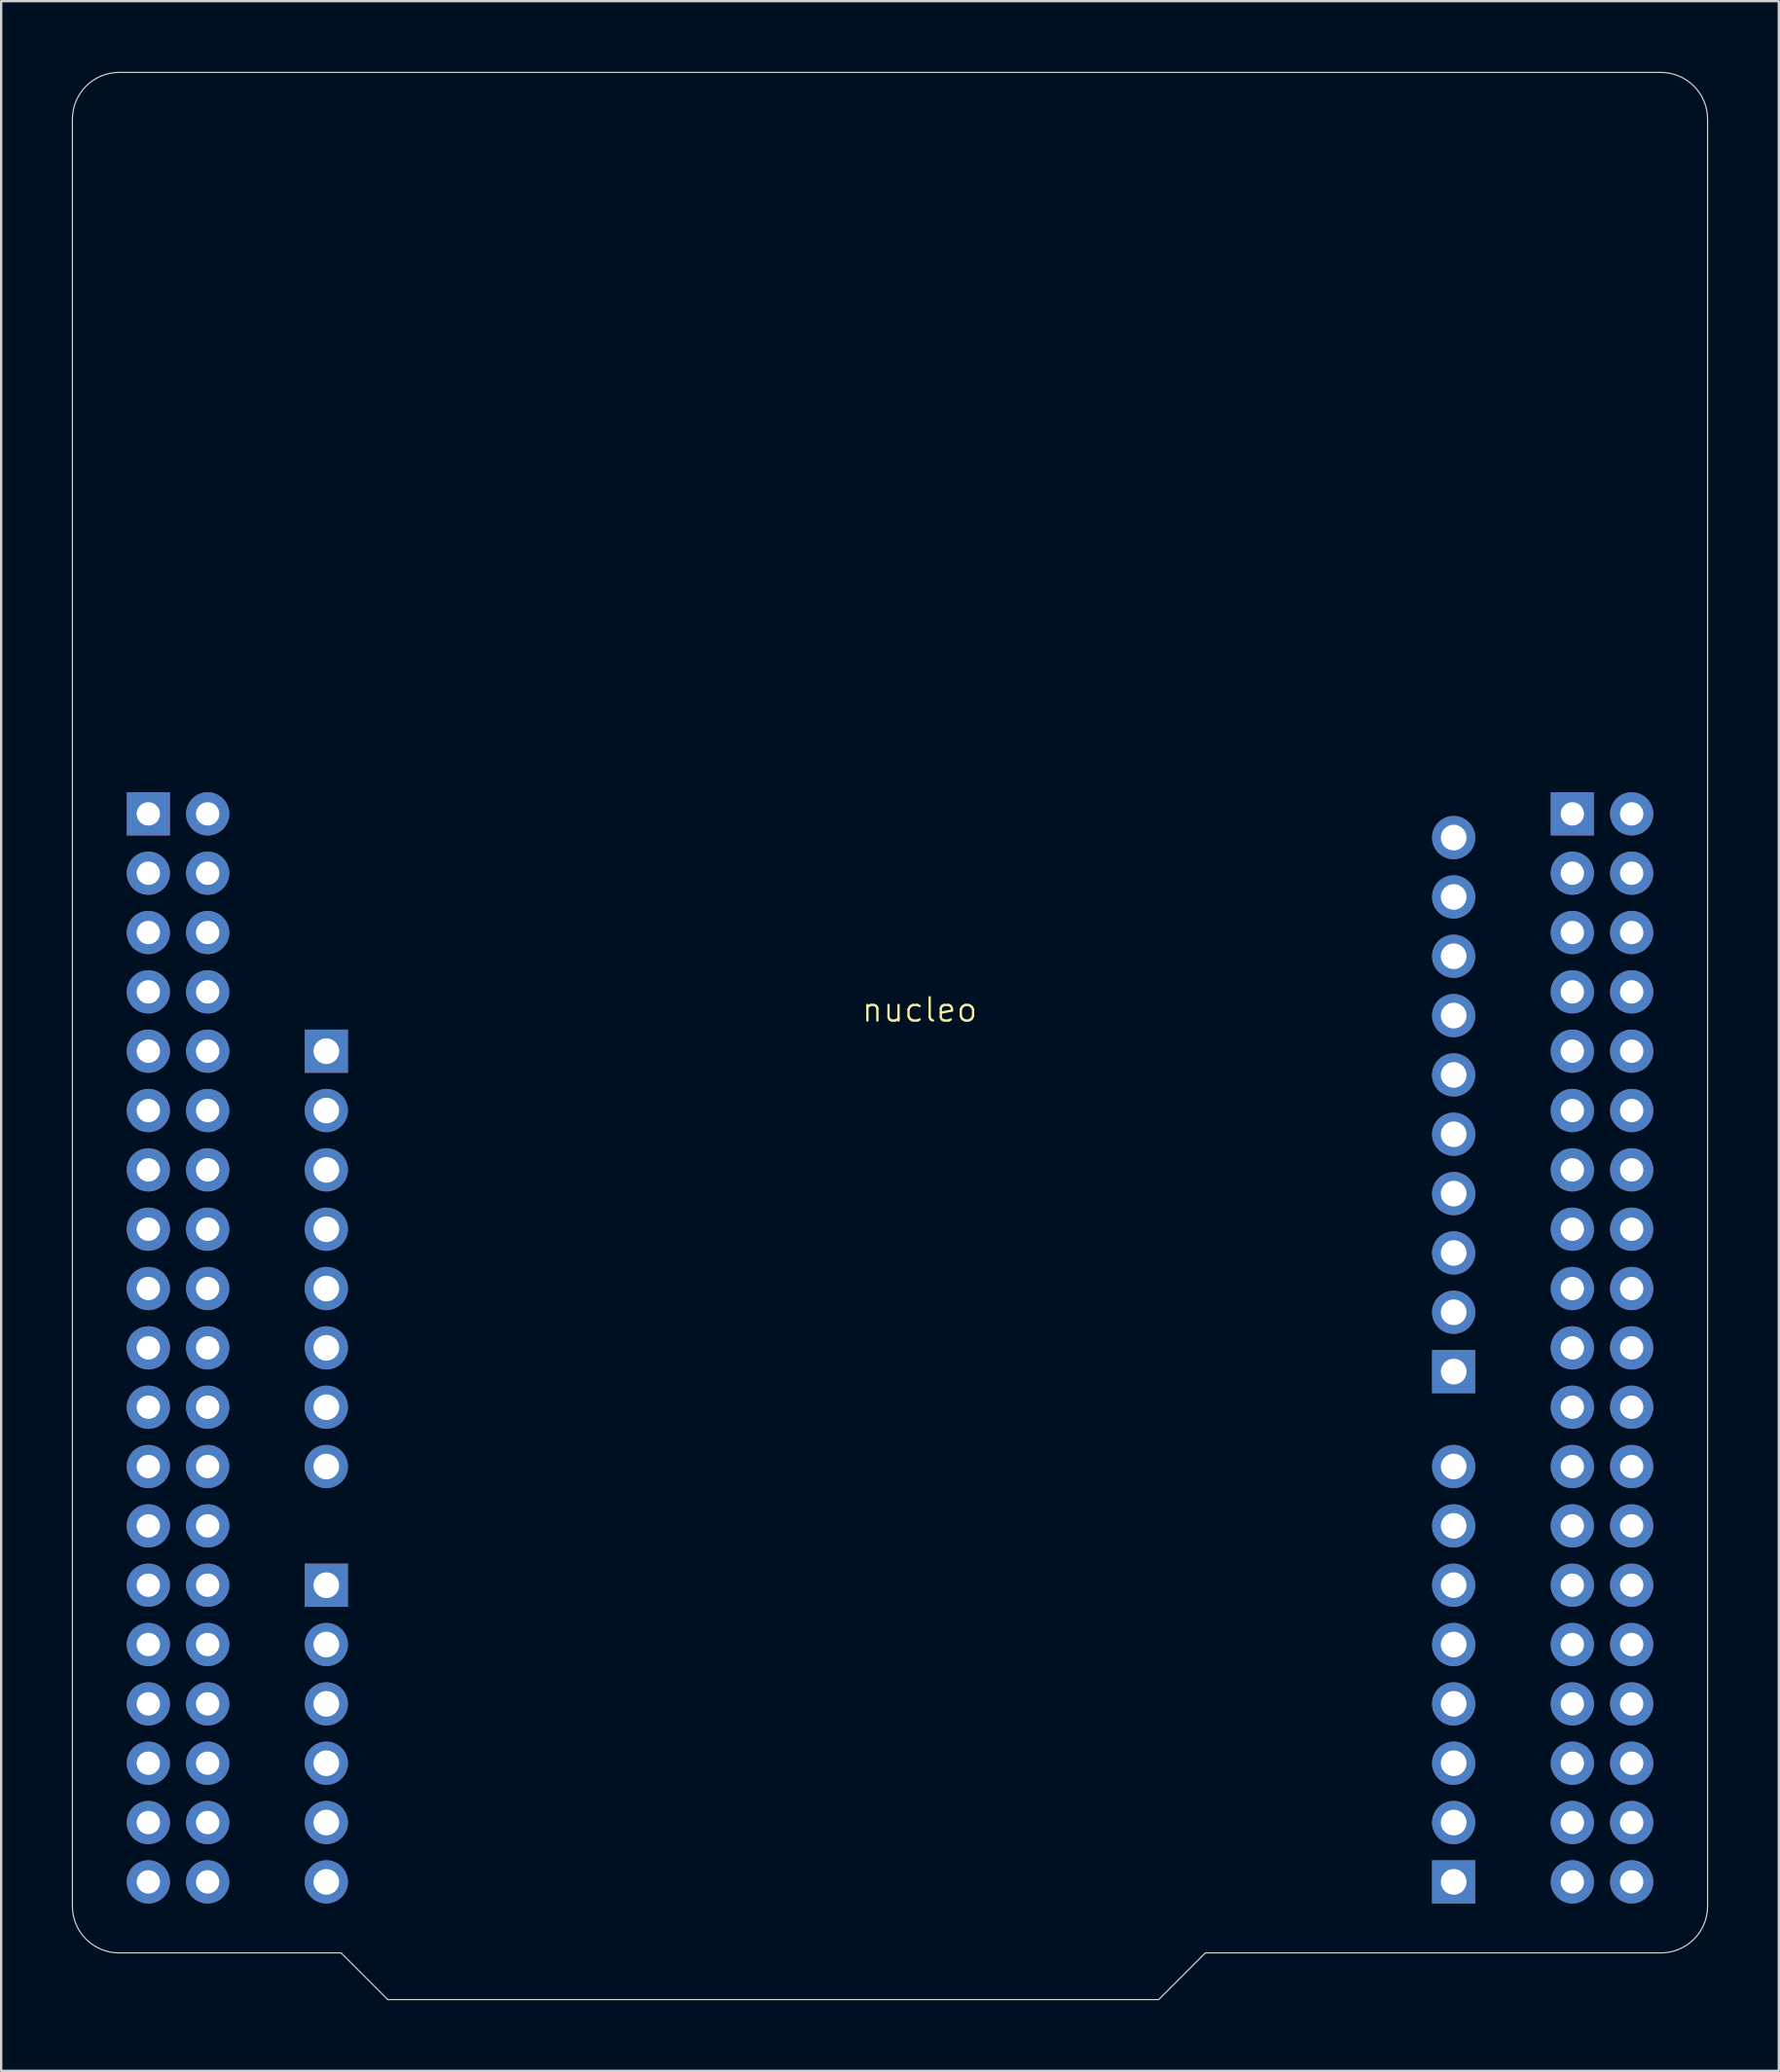
<source format=kicad_pcb>
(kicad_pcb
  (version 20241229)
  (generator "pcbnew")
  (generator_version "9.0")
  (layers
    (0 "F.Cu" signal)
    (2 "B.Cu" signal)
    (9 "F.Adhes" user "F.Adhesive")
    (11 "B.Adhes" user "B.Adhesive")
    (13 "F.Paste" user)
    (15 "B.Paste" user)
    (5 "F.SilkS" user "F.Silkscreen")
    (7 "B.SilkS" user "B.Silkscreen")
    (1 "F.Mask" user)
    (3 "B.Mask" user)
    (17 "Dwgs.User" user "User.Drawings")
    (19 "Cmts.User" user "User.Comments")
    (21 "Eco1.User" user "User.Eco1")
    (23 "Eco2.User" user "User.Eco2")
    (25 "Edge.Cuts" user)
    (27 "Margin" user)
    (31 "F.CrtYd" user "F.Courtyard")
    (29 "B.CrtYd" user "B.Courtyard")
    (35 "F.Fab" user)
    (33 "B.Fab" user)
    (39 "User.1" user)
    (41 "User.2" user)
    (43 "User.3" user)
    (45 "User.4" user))
  (footprint "nucleo"
    (layer "F.Cu")
    (at 36.32 40.68)
    (property "Reference" "nucleo" (at 0 -0.5 0) (unlocked yes) (layer "F.SilkS") (effects (font (size 1 1) (thickness 0.1))))
    (fp_line (start -36.27 -38.63) (end -36.27 37.87) (stroke (width 0.05) (type solid)) (layer "Edge.Cuts"))
    (fp_line (start -34.27 39.87) (end -24.77 39.87) (stroke (width 0.05) (type solid)) (layer "Edge.Cuts"))
    (fp_line (start -24.77 39.87) (end -22.77 41.87) (stroke (width 0.05) (type solid)) (layer "Edge.Cuts"))
    (fp_line (start -22.77 41.87) (end 10.23 41.87) (stroke (width 0.05) (type solid)) (layer "Edge.Cuts"))
    (fp_line (start 10.23 41.87) (end 12.23 39.87) (stroke (width 0.05) (type solid)) (layer "Edge.Cuts"))
    (fp_line (start 12.23 39.87) (end 31.73 39.87) (stroke (width 0.05) (type solid)) (layer "Edge.Cuts"))
    (fp_line (start 31.73 -40.63) (end -34.27 -40.63) (stroke (width 0.05) (type solid)) (layer "Edge.Cuts"))
    (fp_line (start 33.73 37.87) (end 33.73 -38.63) (stroke (width 0.05) (type solid)) (layer "Edge.Cuts"))
    (fp_arc (start -36.27 -38.63) (mid -35.684214 -40.044214) (end -34.27 -40.63) (stroke (width 0.05) (type solid)) (layer "Edge.Cuts"))
    (fp_arc (start -34.27 39.87) (mid -35.684214 39.284214) (end -36.27 37.87) (stroke (width 0.05) (type solid)) (layer "Edge.Cuts"))
    (fp_arc (start 31.73 -40.63) (mid 33.144214 -40.044214) (end 33.73 -38.63) (stroke (width 0.05) (type solid)) (layer "Edge.Cuts"))
    (fp_arc (start 33.73 37.87) (mid 33.144214 39.284214) (end 31.73 39.87) (stroke (width 0.05) (type solid)) (layer "Edge.Cuts"))
    (fp_line (start -36.27 -16.13) (end -36.27 -38.63) (stroke (width 0.1) (type solid)) (layer "User.1"))
    (fp_line (start -36.27 37.87) (end -36.27 -16.13) (stroke (width 0.1) (type solid)) (layer "User.1"))
    (fp_line (start -34.27 -40.63) (end 31.73 -40.63) (stroke (width 0.1) (type solid)) (layer "User.1"))
    (fp_line (start -34.27 39.87) (end -24.77 39.87) (stroke (width 0.1) (type solid)) (layer "User.1"))
    (fp_line (start -24.77 39.87) (end -22.77 41.87) (stroke (width 0.1) (type solid)) (layer "User.1"))
    (fp_line (start -22.77 41.87) (end 10.23 41.87) (stroke (width 0.1) (type solid)) (layer "User.1"))
    (fp_line (start 10.23 41.87) (end 12.23 39.87) (stroke (width 0.1) (type solid)) (layer "User.1"))
    (fp_line (start 12.23 39.87) (end 12.23 39.87) (stroke (width 0.1) (type solid)) (layer "User.1"))
    (fp_line (start 12.23 39.87) (end 31.73 39.87) (stroke (width 0.1) (type solid)) (layer "User.1"))
    (fp_line (start 33.73 -38.63) (end 33.73 -38.63) (stroke (width 0.1) (type solid)) (layer "User.1"))
    (fp_line (start 33.73 -16.13) (end 33.73 -38.63) (stroke (width 0.1) (type solid)) (layer "User.1"))
    (fp_line (start 33.73 37.87) (end 33.73 -16.13) (stroke (width 0.1) (type solid)) (layer "User.1"))
    (fp_arc (start -36.27 -38.63) (mid -35.684214 -40.044214) (end -34.27 -40.63) (stroke (width 0.1) (type solid)) (layer "User.1"))
    (fp_arc (start -34.27 39.87) (mid -35.684214 39.284214) (end -36.27 37.87) (stroke (width 0.1) (type solid)) (layer "User.1"))
    (fp_arc (start 31.73 -40.63) (mid 33.144214 -40.044214) (end 33.73 -38.63) (stroke (width 0.1) (type solid)) (layer "User.1"))
    (fp_arc (start 33.73 37.87) (mid 33.144214 39.284214) (end 31.73 39.87) (stroke (width 0.1) (type solid)) (layer "User.1"))
    (pad "1" thru_hole rect (at -33.02 -8.89 270) (size 1.85 1.85) (drill 1) (layers "*.Cu" "*.Mask"))
    (pad "1" thru_hole rect (at -25.4 1.27 270) (size 1.85 1.85) (drill 1.1) (layers "*.Cu" "*.Mask"))
    (pad "1" thru_hole rect (at -25.4 24.13 270) (size 1.85 1.85) (drill 1.1) (layers "*.Cu" "*.Mask"))
    (pad "1" thru_hole rect (at 22.86 14.986 90) (size 1.85 1.85) (drill 1.1) (layers "*.Cu" "*.Mask"))
    (pad "1" thru_hole rect (at 22.86 36.83 90) (size 1.85 1.85) (drill 1.1) (layers "*.Cu" "*.Mask"))
    (pad "1" thru_hole rect (at 27.94 -8.89 270) (size 1.85 1.85) (drill 1) (layers "*.Cu" "*.Mask"))
    (pad "2" thru_hole circle (at -30.48 -8.89 270) (size 1.85 1.85) (drill 1) (layers "*.Cu" "*.Mask"))
    (pad "2" thru_hole circle (at -25.4 3.81 270) (size 1.85 1.85) (drill 1.1) (layers "*.Cu" "*.Mask"))
    (pad "2" thru_hole circle (at -25.4 26.67 270) (size 1.85 1.85) (drill 1.1) (layers "*.Cu" "*.Mask"))
    (pad "2" thru_hole circle (at 22.86 12.446 90) (size 1.85 1.85) (drill 1.1) (layers "*.Cu" "*.Mask"))
    (pad "2" thru_hole circle (at 22.86 34.29 90) (size 1.85 1.85) (drill 1.1) (layers "*.Cu" "*.Mask"))
    (pad "2" thru_hole circle (at 30.48 -8.89 270) (size 1.85 1.85) (drill 1) (layers "*.Cu" "*.Mask"))
    (pad "3" thru_hole circle (at -33.02 -6.35 270) (size 1.85 1.85) (drill 1) (layers "*.Cu" "*.Mask"))
    (pad "3" thru_hole circle (at -25.4 6.35 270) (size 1.85 1.85) (drill 1.1) (layers "*.Cu" "*.Mask"))
    (pad "3" thru_hole circle (at -25.4 29.21 270) (size 1.85 1.85) (drill 1.1) (layers "*.Cu" "*.Mask"))
    (pad "3" thru_hole circle (at 22.86 9.906 90) (size 1.85 1.85) (drill 1.1) (layers "*.Cu" "*.Mask"))
    (pad "3" thru_hole circle (at 22.86 31.75 90) (size 1.85 1.85) (drill 1.1) (layers "*.Cu" "*.Mask"))
    (pad "3" thru_hole circle (at 27.94 -6.35 270) (size 1.85 1.85) (drill 1) (layers "*.Cu" "*.Mask"))
    (pad "4" thru_hole circle (at -30.48 -6.35 270) (size 1.85 1.85) (drill 1) (layers "*.Cu" "*.Mask"))
    (pad "4" thru_hole circle (at -25.4 8.89 270) (size 1.85 1.85) (drill 1.1) (layers "*.Cu" "*.Mask"))
    (pad "4" thru_hole circle (at -25.4 31.75 270) (size 1.85 1.85) (drill 1.1) (layers "*.Cu" "*.Mask"))
    (pad "4" thru_hole circle (at 22.86 7.366 90) (size 1.85 1.85) (drill 1.1) (layers "*.Cu" "*.Mask"))
    (pad "4" thru_hole circle (at 22.86 29.21 90) (size 1.85 1.85) (drill 1.1) (layers "*.Cu" "*.Mask"))
    (pad "4" thru_hole circle (at 30.48 -6.35 270) (size 1.85 1.85) (drill 1) (layers "*.Cu" "*.Mask"))
    (pad "5" thru_hole circle (at -33.02 -3.81 270) (size 1.85 1.85) (drill 1) (layers "*.Cu" "*.Mask"))
    (pad "5" thru_hole circle (at -25.4 11.43 270) (size 1.85 1.85) (drill 1.1) (layers "*.Cu" "*.Mask"))
    (pad "5" thru_hole circle (at -25.4 34.29 270) (size 1.85 1.85) (drill 1.1) (layers "*.Cu" "*.Mask"))
    (pad "5" thru_hole circle (at 22.86 4.826 90) (size 1.85 1.85) (drill 1.1) (layers "*.Cu" "*.Mask"))
    (pad "5" thru_hole circle (at 22.86 26.67 90) (size 1.85 1.85) (drill 1.1) (layers "*.Cu" "*.Mask"))
    (pad "5" thru_hole circle (at 27.94 -3.81 270) (size 1.85 1.85) (drill 1) (layers "*.Cu" "*.Mask"))
    (pad "6" thru_hole circle (at -30.48 -3.81 270) (size 1.85 1.85) (drill 1) (layers "*.Cu" "*.Mask"))
    (pad "6" thru_hole circle (at -25.4 13.97 270) (size 1.85 1.85) (drill 1.1) (layers "*.Cu" "*.Mask"))
    (pad "6" thru_hole circle (at -25.4 36.83 270) (size 1.85 1.85) (drill 1.1) (layers "*.Cu" "*.Mask"))
    (pad "6" thru_hole circle (at 22.86 2.286 90) (size 1.85 1.85) (drill 1.1) (layers "*.Cu" "*.Mask"))
    (pad "6" thru_hole circle (at 22.86 24.13 90) (size 1.85 1.85) (drill 1.1) (layers "*.Cu" "*.Mask"))
    (pad "6" thru_hole circle (at 30.48 -3.81 270) (size 1.85 1.85) (drill 1) (layers "*.Cu" "*.Mask"))
    (pad "7" thru_hole circle (at -33.02 -1.27 270) (size 1.85 1.85) (drill 1) (layers "*.Cu" "*.Mask"))
    (pad "7" thru_hole circle (at -25.4 16.51 270) (size 1.85 1.85) (drill 1.1) (layers "*.Cu" "*.Mask"))
    (pad "7" thru_hole circle (at 22.86 -0.254 90) (size 1.85 1.85) (drill 1.1) (layers "*.Cu" "*.Mask"))
    (pad "7" thru_hole circle (at 22.86 21.59 90) (size 1.85 1.85) (drill 1.1) (layers "*.Cu" "*.Mask"))
    (pad "7" thru_hole circle (at 27.94 -1.27 270) (size 1.85 1.85) (drill 1) (layers "*.Cu" "*.Mask"))
    (pad "8" thru_hole circle (at -30.48 -1.27 270) (size 1.85 1.85) (drill 1) (layers "*.Cu" "*.Mask"))
    (pad "8" thru_hole circle (at -25.4 19.05 270) (size 1.85 1.85) (drill 1.1) (layers "*.Cu" "*.Mask"))
    (pad "8" thru_hole circle (at 22.86 -2.794 90) (size 1.85 1.85) (drill 1.1) (layers "*.Cu" "*.Mask"))
    (pad "8" thru_hole circle (at 22.86 19.05 90) (size 1.85 1.85) (drill 1.1) (layers "*.Cu" "*.Mask"))
    (pad "8" thru_hole circle (at 30.48 -1.27 270) (size 1.85 1.85) (drill 1) (layers "*.Cu" "*.Mask"))
    (pad "9" thru_hole circle (at -33.02 1.27 270) (size 1.85 1.85) (drill 1) (layers "*.Cu" "*.Mask"))
    (pad "9" thru_hole circle (at 22.86 -5.334 90) (size 1.85 1.85) (drill 1.1) (layers "*.Cu" "*.Mask"))
    (pad "9" thru_hole circle (at 27.94 1.27 270) (size 1.85 1.85) (drill 1) (layers "*.Cu" "*.Mask"))
    (pad "10" thru_hole circle (at -30.48 1.27 270) (size 1.85 1.85) (drill 1) (layers "*.Cu" "*.Mask"))
    (pad "10" thru_hole circle (at 22.86 -7.874 90) (size 1.85 1.85) (drill 1.1) (layers "*.Cu" "*.Mask"))
    (pad "10" thru_hole circle (at 30.48 1.27 270) (size 1.85 1.85) (drill 1) (layers "*.Cu" "*.Mask"))
    (pad "11" thru_hole circle (at -33.02 3.81 270) (size 1.85 1.85) (drill 1) (layers "*.Cu" "*.Mask"))
    (pad "11" thru_hole circle (at 27.94 3.81 270) (size 1.85 1.85) (drill 1) (layers "*.Cu" "*.Mask"))
    (pad "12" thru_hole circle (at -30.48 3.81 270) (size 1.85 1.85) (drill 1) (layers "*.Cu" "*.Mask"))
    (pad "12" thru_hole circle (at 30.48 3.81 270) (size 1.85 1.85) (drill 1) (layers "*.Cu" "*.Mask"))
    (pad "13" thru_hole circle (at -33.02 6.35 270) (size 1.85 1.85) (drill 1) (layers "*.Cu" "*.Mask"))
    (pad "13" thru_hole circle (at 27.94 6.35 270) (size 1.85 1.85) (drill 1) (layers "*.Cu" "*.Mask"))
    (pad "14" thru_hole circle (at -30.48 6.35 270) (size 1.85 1.85) (drill 1) (layers "*.Cu" "*.Mask"))
    (pad "14" thru_hole circle (at 30.48 6.35 270) (size 1.85 1.85) (drill 1) (layers "*.Cu" "*.Mask"))
    (pad "15" thru_hole circle (at -33.02 8.89 270) (size 1.85 1.85) (drill 1) (layers "*.Cu" "*.Mask"))
    (pad "15" thru_hole circle (at 27.94 8.89 270) (size 1.85 1.85) (drill 1) (layers "*.Cu" "*.Mask"))
    (pad "16" thru_hole circle (at -30.48 8.89 270) (size 1.85 1.85) (drill 1) (layers "*.Cu" "*.Mask"))
    (pad "16" thru_hole circle (at 30.48 8.89 270) (size 1.85 1.85) (drill 1) (layers "*.Cu" "*.Mask"))
    (pad "17" thru_hole circle (at -33.02 11.43 270) (size 1.85 1.85) (drill 1) (layers "*.Cu" "*.Mask"))
    (pad "17" thru_hole circle (at 27.94 11.43 270) (size 1.85 1.85) (drill 1) (layers "*.Cu" "*.Mask"))
    (pad "18" thru_hole circle (at -30.48 11.43 270) (size 1.85 1.85) (drill 1) (layers "*.Cu" "*.Mask"))
    (pad "18" thru_hole circle (at 30.48 11.43 270) (size 1.85 1.85) (drill 1) (layers "*.Cu" "*.Mask"))
    (pad "19" thru_hole circle (at -33.02 13.97 270) (size 1.85 1.85) (drill 1) (layers "*.Cu" "*.Mask"))
    (pad "19" thru_hole circle (at 27.94 13.97 270) (size 1.85 1.85) (drill 1) (layers "*.Cu" "*.Mask"))
    (pad "20" thru_hole circle (at -30.48 13.97 270) (size 1.85 1.85) (drill 1) (layers "*.Cu" "*.Mask"))
    (pad "20" thru_hole circle (at 30.48 13.97 270) (size 1.85 1.85) (drill 1) (layers "*.Cu" "*.Mask"))
    (pad "21" thru_hole circle (at -33.02 16.51 270) (size 1.85 1.85) (drill 1) (layers "*.Cu" "*.Mask"))
    (pad "21" thru_hole circle (at 27.94 16.51 270) (size 1.85 1.85) (drill 1) (layers "*.Cu" "*.Mask"))
    (pad "22" thru_hole circle (at -30.48 16.51 270) (size 1.85 1.85) (drill 1) (layers "*.Cu" "*.Mask"))
    (pad "22" thru_hole circle (at 30.48 16.51 270) (size 1.85 1.85) (drill 1) (layers "*.Cu" "*.Mask"))
    (pad "23" thru_hole circle (at -33.02 19.05 270) (size 1.85 1.85) (drill 1) (layers "*.Cu" "*.Mask"))
    (pad "23" thru_hole circle (at 27.94 19.05 270) (size 1.85 1.85) (drill 1) (layers "*.Cu" "*.Mask"))
    (pad "24" thru_hole circle (at -30.48 19.05 270) (size 1.85 1.85) (drill 1) (layers "*.Cu" "*.Mask"))
    (pad "24" thru_hole circle (at 30.48 19.05 270) (size 1.85 1.85) (drill 1) (layers "*.Cu" "*.Mask"))
    (pad "25" thru_hole circle (at -33.02 21.59 270) (size 1.85 1.85) (drill 1) (layers "*.Cu" "*.Mask"))
    (pad "25" thru_hole circle (at 27.94 21.59 270) (size 1.85 1.85) (drill 1) (layers "*.Cu" "*.Mask"))
    (pad "26" thru_hole circle (at -30.48 21.59 270) (size 1.85 1.85) (drill 1) (layers "*.Cu" "*.Mask"))
    (pad "26" thru_hole circle (at 30.48 21.59 270) (size 1.85 1.85) (drill 1) (layers "*.Cu" "*.Mask"))
    (pad "27" thru_hole circle (at -33.02 24.13 270) (size 1.85 1.85) (drill 1) (layers "*.Cu" "*.Mask"))
    (pad "27" thru_hole circle (at 27.94 24.13 270) (size 1.85 1.85) (drill 1) (layers "*.Cu" "*.Mask"))
    (pad "28" thru_hole circle (at -30.48 24.13 270) (size 1.85 1.85) (drill 1) (layers "*.Cu" "*.Mask"))
    (pad "28" thru_hole circle (at 30.48 24.13 270) (size 1.85 1.85) (drill 1) (layers "*.Cu" "*.Mask"))
    (pad "29" thru_hole circle (at -33.02 26.67 270) (size 1.85 1.85) (drill 1) (layers "*.Cu" "*.Mask"))
    (pad "29" thru_hole circle (at 27.94 26.67 270) (size 1.85 1.85) (drill 1) (layers "*.Cu" "*.Mask"))
    (pad "30" thru_hole circle (at -30.48 26.67 270) (size 1.85 1.85) (drill 1) (layers "*.Cu" "*.Mask"))
    (pad "30" thru_hole circle (at 30.48 26.67 270) (size 1.85 1.85) (drill 1) (layers "*.Cu" "*.Mask"))
    (pad "31" thru_hole circle (at -33.02 29.21 270) (size 1.85 1.85) (drill 1) (layers "*.Cu" "*.Mask"))
    (pad "31" thru_hole circle (at 27.94 29.21 270) (size 1.85 1.85) (drill 1) (layers "*.Cu" "*.Mask"))
    (pad "32" thru_hole circle (at -30.48 29.21 270) (size 1.85 1.85) (drill 1) (layers "*.Cu" "*.Mask"))
    (pad "32" thru_hole circle (at 30.48 29.21 270) (size 1.85 1.85) (drill 1) (layers "*.Cu" "*.Mask"))
    (pad "33" thru_hole circle (at -33.02 31.75 270) (size 1.85 1.85) (drill 1) (layers "*.Cu" "*.Mask"))
    (pad "33" thru_hole circle (at 27.94 31.75 270) (size 1.85 1.85) (drill 1) (layers "*.Cu" "*.Mask"))
    (pad "34" thru_hole circle (at -30.48 31.75 270) (size 1.85 1.85) (drill 1) (layers "*.Cu" "*.Mask"))
    (pad "34" thru_hole circle (at 30.48 31.75 270) (size 1.85 1.85) (drill 1) (layers "*.Cu" "*.Mask"))
    (pad "35" thru_hole circle (at -33.02 34.29 270) (size 1.85 1.85) (drill 1) (layers "*.Cu" "*.Mask"))
    (pad "35" thru_hole circle (at 27.94 34.29 270) (size 1.85 1.85) (drill 1) (layers "*.Cu" "*.Mask"))
    (pad "36" thru_hole circle (at -30.48 34.29 270) (size 1.85 1.85) (drill 1) (layers "*.Cu" "*.Mask"))
    (pad "36" thru_hole circle (at 30.48 34.29 270) (size 1.85 1.85) (drill 1) (layers "*.Cu" "*.Mask"))
    (pad "37" thru_hole circle (at -33.02 36.83 270) (size 1.85 1.85) (drill 1) (layers "*.Cu" "*.Mask"))
    (pad "37" thru_hole circle (at 27.94 36.83 270) (size 1.85 1.85) (drill 1) (layers "*.Cu" "*.Mask"))
    (pad "38" thru_hole circle (at -30.48 36.83 270) (size 1.85 1.85) (drill 1) (layers "*.Cu" "*.Mask"))
    (pad "38" thru_hole circle (at 30.48 36.83 270) (size 1.85 1.85) (drill 1) (layers "*.Cu" "*.Mask")))
  (gr_rect
    (start -3 -3)
    (end 73.1 85.6)
    (stroke (width 0.1) (type default))
    (fill no)
    (layer "Edge.Cuts")))
</source>
